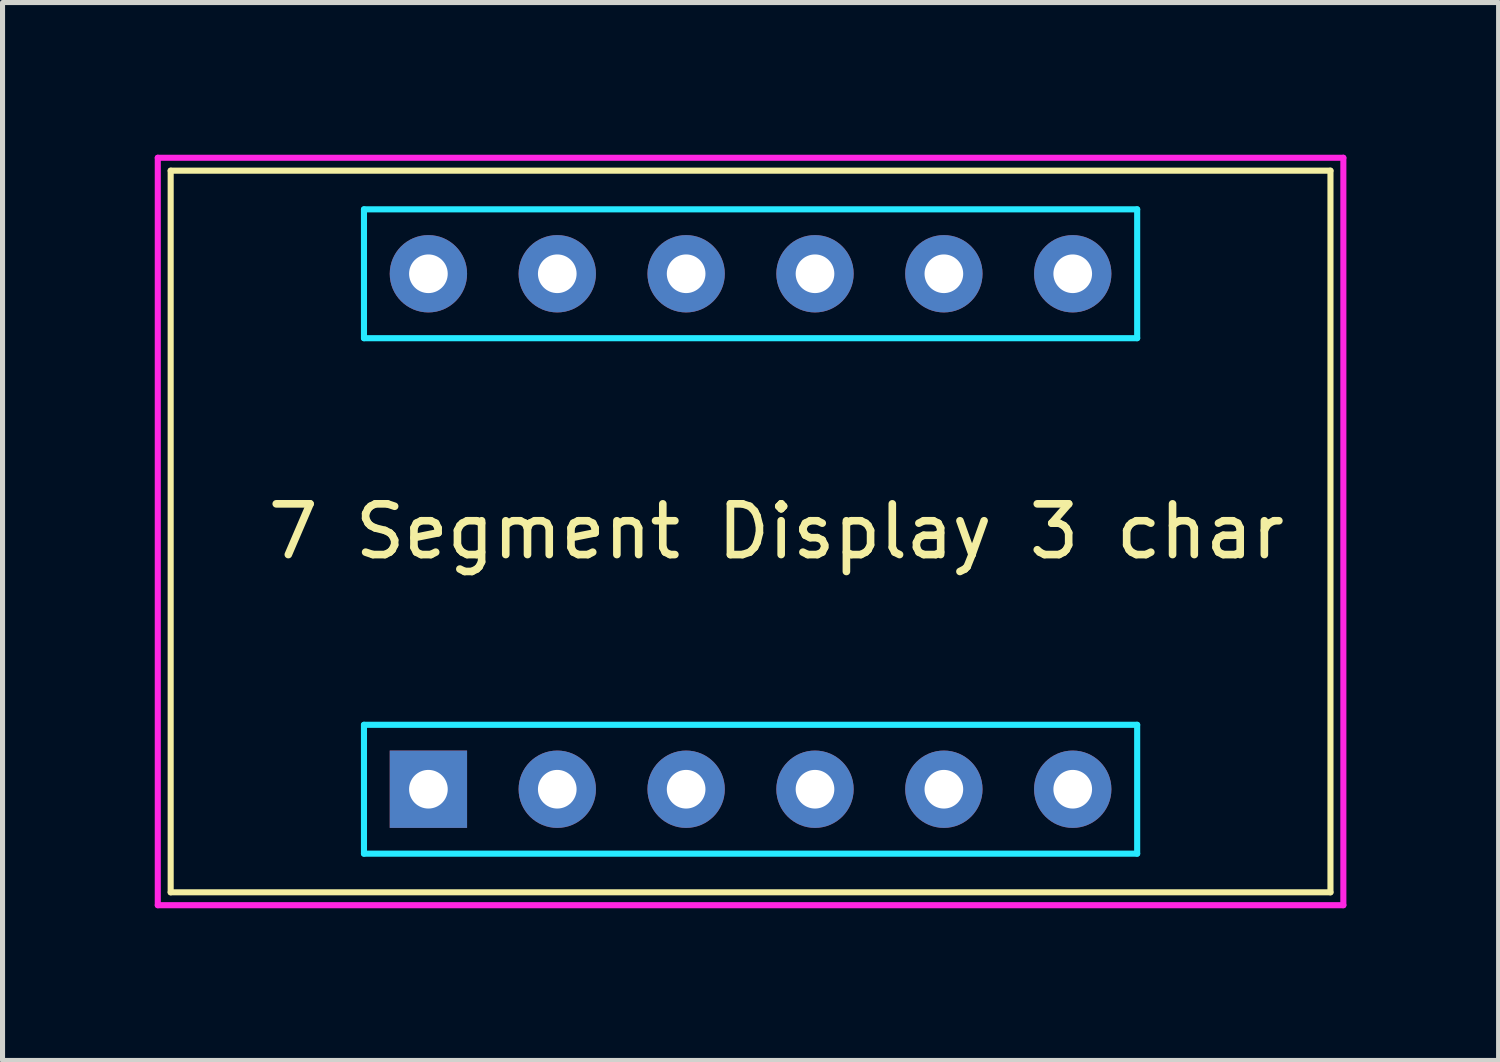
<source format=kicad_pcb>
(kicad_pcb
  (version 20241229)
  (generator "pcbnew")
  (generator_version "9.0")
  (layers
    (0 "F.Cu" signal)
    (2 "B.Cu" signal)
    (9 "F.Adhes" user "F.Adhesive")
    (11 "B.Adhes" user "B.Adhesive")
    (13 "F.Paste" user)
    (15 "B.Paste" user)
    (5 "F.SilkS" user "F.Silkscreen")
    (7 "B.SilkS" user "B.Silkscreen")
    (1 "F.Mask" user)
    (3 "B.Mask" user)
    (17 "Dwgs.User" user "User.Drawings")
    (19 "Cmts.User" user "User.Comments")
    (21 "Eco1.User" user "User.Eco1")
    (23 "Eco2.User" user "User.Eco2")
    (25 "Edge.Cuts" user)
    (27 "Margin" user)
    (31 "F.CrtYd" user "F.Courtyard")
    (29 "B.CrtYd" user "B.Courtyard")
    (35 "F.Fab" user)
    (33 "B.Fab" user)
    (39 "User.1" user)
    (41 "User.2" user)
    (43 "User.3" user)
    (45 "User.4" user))
  (footprint "7 Segment Display 3 char"
    (layer "F.Cu")
    (at 5.394 2.346)
    (property "Reference" "7 Segment Display 3 char" (at 6.858 5.08 0) (layer "F.SilkS") (effects (font (size 1 1) (thickness 0.15))))
    (attr through_hole)
    (fp_line (start -5.08 -2.032) (end -5.08 12.192) (stroke (width 0.12) (type solid)) (layer "F.SilkS"))
    (fp_line (start 17.78 -2.032) (end -5.08 -2.032) (stroke (width 0.12) (type solid)) (layer "F.SilkS"))
    (fp_line (start 17.78 12.192) (end -5.08 12.192) (stroke (width 0.12) (type solid)) (layer "F.SilkS"))
    (fp_line (start 17.78 12.192) (end 17.78 -2.032) (stroke (width 0.12) (type solid)) (layer "F.SilkS"))
    (fp_line (start -1.27 -1.27) (end -1.27 1.27) (stroke (width 0.12) (type solid)) (layer "B.CrtYd"))
    (fp_line (start -1.27 1.27) (end 13.97 1.27) (stroke (width 0.12) (type solid)) (layer "B.CrtYd"))
    (fp_line (start -1.27 8.89) (end -1.27 11.43) (stroke (width 0.12) (type solid)) (layer "B.CrtYd"))
    (fp_line (start -1.27 11.43) (end 13.97 11.43) (stroke (width 0.12) (type solid)) (layer "B.CrtYd"))
    (fp_line (start 13.97 -1.27) (end -1.27 -1.27) (stroke (width 0.12) (type solid)) (layer "B.CrtYd"))
    (fp_line (start 13.97 1.27) (end 13.97 -1.27) (stroke (width 0.12) (type solid)) (layer "B.CrtYd"))
    (fp_line (start 13.97 8.89) (end -1.27 8.89) (stroke (width 0.12) (type solid)) (layer "B.CrtYd"))
    (fp_line (start 13.97 11.43) (end 13.97 8.89) (stroke (width 0.12) (type solid)) (layer "B.CrtYd"))
    (fp_line (start -5.334 -2.286) (end 18.034 -2.286) (stroke (width 0.12) (type solid)) (layer "F.CrtYd"))
    (fp_line (start -5.334 12.446) (end -5.334 -2.286) (stroke (width 0.12) (type solid)) (layer "F.CrtYd"))
    (fp_line (start 18.034 -2.286) (end 18.034 12.446) (stroke (width 0.12) (type solid)) (layer "F.CrtYd"))
    (fp_line (start 18.034 12.446) (end -5.334 12.446) (stroke (width 0.12) (type solid)) (layer "F.CrtYd"))
    (pad "1" thru_hole rect (at 0 10.16) (size 1.524 1.524) (drill 0.762) (layers "*.Cu" "*.Mask"))
    (pad "2" thru_hole circle (at 2.54 10.16) (size 1.524 1.524) (drill 0.762) (layers "*.Cu" "*.Mask"))
    (pad "3" thru_hole circle (at 5.08 10.16) (size 1.524 1.524) (drill 0.762) (layers "*.Cu" "*.Mask"))
    (pad "4" thru_hole circle (at 7.62 10.16) (size 1.524 1.524) (drill 0.762) (layers "*.Cu" "*.Mask"))
    (pad "5" thru_hole circle (at 10.16 10.16) (size 1.524 1.524) (drill 0.762) (layers "*.Cu" "*.Mask"))
    (pad "6" thru_hole circle (at 12.7 10.16) (size 1.524 1.524) (drill 0.762) (layers "*.Cu" "*.Mask"))
    (pad "7" thru_hole circle (at 12.7 0) (size 1.524 1.524) (drill 0.762) (layers "*.Cu" "*.Mask"))
    (pad "8" thru_hole circle (at 10.16 0) (size 1.524 1.524) (drill 0.762) (layers "*.Cu" "*.Mask"))
    (pad "9" thru_hole circle (at 7.62 0) (size 1.524 1.524) (drill 0.762) (layers "*.Cu" "*.Mask"))
    (pad "10" thru_hole circle (at 5.08 0) (size 1.524 1.524) (drill 0.762) (layers "*.Cu" "*.Mask"))
    (pad "11" thru_hole circle (at 2.54 0) (size 1.524 1.524) (drill 0.762) (layers "*.Cu" "*.Mask"))
    (pad "12" thru_hole circle (at 0 0) (size 1.524 1.524) (drill 0.762) (layers "*.Cu" "*.Mask")))
  (gr_rect
    (start -3 -3)
    (end 26.488 17.852)
    (stroke (width 0.1) (type default))
    (fill no)
    (layer "Edge.Cuts")))
</source>
